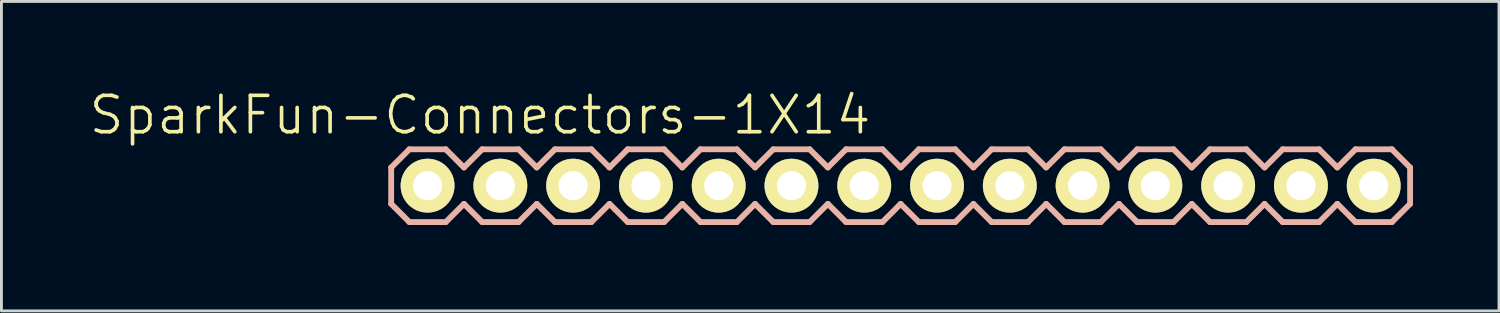
<source format=kicad_pcb>
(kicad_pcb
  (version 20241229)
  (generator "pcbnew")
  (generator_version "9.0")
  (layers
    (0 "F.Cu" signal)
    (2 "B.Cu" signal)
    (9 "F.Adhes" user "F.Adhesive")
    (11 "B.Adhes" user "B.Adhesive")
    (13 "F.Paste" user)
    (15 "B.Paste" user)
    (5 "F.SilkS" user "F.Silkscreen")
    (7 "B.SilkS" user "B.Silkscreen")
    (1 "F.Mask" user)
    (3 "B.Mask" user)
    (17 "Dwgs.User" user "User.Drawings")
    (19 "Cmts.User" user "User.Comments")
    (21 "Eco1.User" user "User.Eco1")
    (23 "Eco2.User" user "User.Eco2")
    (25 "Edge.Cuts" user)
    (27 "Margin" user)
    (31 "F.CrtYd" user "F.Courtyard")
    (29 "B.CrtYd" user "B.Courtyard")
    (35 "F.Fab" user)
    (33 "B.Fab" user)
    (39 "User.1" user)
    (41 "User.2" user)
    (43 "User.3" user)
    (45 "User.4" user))
  (footprint "SparkFun-Connectors-1X14"
    (layer "F.Cu")
    (at 11.872 3.43)
    (property "Reference" "SparkFun-Connectors-1X14" (at 1.829 -2.464 0) (layer "F.SilkS") (effects (font (size 1.27 1.27) (thickness 0.127))))
    (attr exclude_from_pos_files exclude_from_bom)
    (fp_line (start -0.254 -0.254) (end 0.254 -0.254) (stroke (width 0.066) (type solid)) (layer "F.SilkS"))
    (fp_line (start -0.254 0.254) (end -0.254 -0.254) (stroke (width 0.066) (type solid)) (layer "F.SilkS"))
    (fp_line (start -0.254 0.254) (end 0.254 0.254) (stroke (width 0.066) (type solid)) (layer "F.SilkS"))
    (fp_line (start 0.254 0.254) (end 0.254 -0.254) (stroke (width 0.066) (type solid)) (layer "F.SilkS"))
    (fp_line (start 2.286 -0.254) (end 2.794 -0.254) (stroke (width 0.066) (type solid)) (layer "F.SilkS"))
    (fp_line (start 2.286 0.254) (end 2.286 -0.254) (stroke (width 0.066) (type solid)) (layer "F.SilkS"))
    (fp_line (start 2.286 0.254) (end 2.794 0.254) (stroke (width 0.066) (type solid)) (layer "F.SilkS"))
    (fp_line (start 2.794 0.254) (end 2.794 -0.254) (stroke (width 0.066) (type solid)) (layer "F.SilkS"))
    (fp_line (start 4.826 -0.254) (end 5.334 -0.254) (stroke (width 0.066) (type solid)) (layer "F.SilkS"))
    (fp_line (start 4.826 0.254) (end 4.826 -0.254) (stroke (width 0.066) (type solid)) (layer "F.SilkS"))
    (fp_line (start 4.826 0.254) (end 5.334 0.254) (stroke (width 0.066) (type solid)) (layer "F.SilkS"))
    (fp_line (start 5.334 0.254) (end 5.334 -0.254) (stroke (width 0.066) (type solid)) (layer "F.SilkS"))
    (fp_line (start 7.366 -0.254) (end 7.874 -0.254) (stroke (width 0.066) (type solid)) (layer "F.SilkS"))
    (fp_line (start 7.366 0.254) (end 7.366 -0.254) (stroke (width 0.066) (type solid)) (layer "F.SilkS"))
    (fp_line (start 7.366 0.254) (end 7.874 0.254) (stroke (width 0.066) (type solid)) (layer "F.SilkS"))
    (fp_line (start 7.874 0.254) (end 7.874 -0.254) (stroke (width 0.066) (type solid)) (layer "F.SilkS"))
    (fp_line (start 9.906 -0.254) (end 10.414 -0.254) (stroke (width 0.066) (type solid)) (layer "F.SilkS"))
    (fp_line (start 9.906 0.254) (end 9.906 -0.254) (stroke (width 0.066) (type solid)) (layer "F.SilkS"))
    (fp_line (start 9.906 0.254) (end 10.414 0.254) (stroke (width 0.066) (type solid)) (layer "F.SilkS"))
    (fp_line (start 10.414 0.254) (end 10.414 -0.254) (stroke (width 0.066) (type solid)) (layer "F.SilkS"))
    (fp_line (start 12.446 -0.254) (end 12.954 -0.254) (stroke (width 0.066) (type solid)) (layer "F.SilkS"))
    (fp_line (start 12.446 0.254) (end 12.446 -0.254) (stroke (width 0.066) (type solid)) (layer "F.SilkS"))
    (fp_line (start 12.446 0.254) (end 12.954 0.254) (stroke (width 0.066) (type solid)) (layer "F.SilkS"))
    (fp_line (start 12.954 0.254) (end 12.954 -0.254) (stroke (width 0.066) (type solid)) (layer "F.SilkS"))
    (fp_line (start 14.986 -0.254) (end 15.494 -0.254) (stroke (width 0.066) (type solid)) (layer "F.SilkS"))
    (fp_line (start 14.986 0.254) (end 14.986 -0.254) (stroke (width 0.066) (type solid)) (layer "F.SilkS"))
    (fp_line (start 14.986 0.254) (end 15.494 0.254) (stroke (width 0.066) (type solid)) (layer "F.SilkS"))
    (fp_line (start 15.494 0.254) (end 15.494 -0.254) (stroke (width 0.066) (type solid)) (layer "F.SilkS"))
    (fp_line (start 17.523 -0.254) (end 18.034 -0.254) (stroke (width 0.066) (type solid)) (layer "F.SilkS"))
    (fp_line (start 17.523 0.254) (end 17.523 -0.254) (stroke (width 0.066) (type solid)) (layer "F.SilkS"))
    (fp_line (start 17.523 0.254) (end 18.034 0.254) (stroke (width 0.066) (type solid)) (layer "F.SilkS"))
    (fp_line (start 18.034 0.254) (end 18.034 -0.254) (stroke (width 0.066) (type solid)) (layer "F.SilkS"))
    (fp_line (start 20.066 -0.254) (end 20.574 -0.254) (stroke (width 0.066) (type solid)) (layer "F.SilkS"))
    (fp_line (start 20.066 0.254) (end 20.066 -0.254) (stroke (width 0.066) (type solid)) (layer "F.SilkS"))
    (fp_line (start 20.066 0.254) (end 20.574 0.254) (stroke (width 0.066) (type solid)) (layer "F.SilkS"))
    (fp_line (start 20.574 0.254) (end 20.574 -0.254) (stroke (width 0.066) (type solid)) (layer "F.SilkS"))
    (fp_line (start 22.606 -0.254) (end 23.114 -0.254) (stroke (width 0.066) (type solid)) (layer "F.SilkS"))
    (fp_line (start 22.606 0.254) (end 22.606 -0.254) (stroke (width 0.066) (type solid)) (layer "F.SilkS"))
    (fp_line (start 22.606 0.254) (end 23.114 0.254) (stroke (width 0.066) (type solid)) (layer "F.SilkS"))
    (fp_line (start 23.114 0.254) (end 23.114 -0.254) (stroke (width 0.066) (type solid)) (layer "F.SilkS"))
    (fp_line (start 25.146 -0.254) (end 25.654 -0.254) (stroke (width 0.066) (type solid)) (layer "F.SilkS"))
    (fp_line (start 25.146 0.254) (end 25.146 -0.254) (stroke (width 0.066) (type solid)) (layer "F.SilkS"))
    (fp_line (start 25.146 0.254) (end 25.654 0.254) (stroke (width 0.066) (type solid)) (layer "F.SilkS"))
    (fp_line (start 25.654 0.254) (end 25.654 -0.254) (stroke (width 0.066) (type solid)) (layer "F.SilkS"))
    (fp_line (start 27.686 -0.254) (end 28.194 -0.254) (stroke (width 0.066) (type solid)) (layer "F.SilkS"))
    (fp_line (start 27.686 0.254) (end 27.686 -0.254) (stroke (width 0.066) (type solid)) (layer "F.SilkS"))
    (fp_line (start 27.686 0.254) (end 28.194 0.254) (stroke (width 0.066) (type solid)) (layer "F.SilkS"))
    (fp_line (start 28.194 0.254) (end 28.194 -0.254) (stroke (width 0.066) (type solid)) (layer "F.SilkS"))
    (fp_line (start 30.226 -0.254) (end 30.734 -0.254) (stroke (width 0.066) (type solid)) (layer "F.SilkS"))
    (fp_line (start 30.226 0.254) (end 30.226 -0.254) (stroke (width 0.066) (type solid)) (layer "F.SilkS"))
    (fp_line (start 30.226 0.254) (end 30.734 0.254) (stroke (width 0.066) (type solid)) (layer "F.SilkS"))
    (fp_line (start 30.734 0.254) (end 30.734 -0.254) (stroke (width 0.066) (type solid)) (layer "F.SilkS"))
    (fp_line (start 32.766 -0.254) (end 33.274 -0.254) (stroke (width 0.066) (type solid)) (layer "F.SilkS"))
    (fp_line (start 32.766 0.254) (end 32.766 -0.254) (stroke (width 0.066) (type solid)) (layer "F.SilkS"))
    (fp_line (start 32.766 0.254) (end 33.274 0.254) (stroke (width 0.066) (type solid)) (layer "F.SilkS"))
    (fp_line (start 33.274 0.254) (end 33.274 -0.254) (stroke (width 0.066) (type solid)) (layer "F.SilkS"))
    (fp_line (start -1.27 -0.635) (end -1.27 0.635) (stroke (width 0.203) (type solid)) (layer "B.SilkS"))
    (fp_line (start -1.27 0.635) (end -0.635 1.27) (stroke (width 0.203) (type solid)) (layer "B.SilkS"))
    (fp_line (start -0.635 -1.27) (end -1.27 -0.635) (stroke (width 0.203) (type solid)) (layer "B.SilkS"))
    (fp_line (start -0.635 -1.27) (end 0.635 -1.27) (stroke (width 0.203) (type solid)) (layer "B.SilkS"))
    (fp_line (start 0.635 -1.27) (end 1.27 -0.635) (stroke (width 0.203) (type solid)) (layer "B.SilkS"))
    (fp_line (start 0.635 1.27) (end -0.635 1.27) (stroke (width 0.203) (type solid)) (layer "B.SilkS"))
    (fp_line (start 1.27 -0.635) (end 1.905 -1.27) (stroke (width 0.203) (type solid)) (layer "B.SilkS"))
    (fp_line (start 1.27 0.635) (end 0.635 1.27) (stroke (width 0.203) (type solid)) (layer "B.SilkS"))
    (fp_line (start 1.905 -1.27) (end 3.175 -1.27) (stroke (width 0.203) (type solid)) (layer "B.SilkS"))
    (fp_line (start 1.905 1.27) (end 1.27 0.635) (stroke (width 0.203) (type solid)) (layer "B.SilkS"))
    (fp_line (start 3.175 -1.27) (end 3.81 -0.635) (stroke (width 0.203) (type solid)) (layer "B.SilkS"))
    (fp_line (start 3.175 1.27) (end 1.905 1.27) (stroke (width 0.203) (type solid)) (layer "B.SilkS"))
    (fp_line (start 3.81 -0.635) (end 4.445 -1.27) (stroke (width 0.203) (type solid)) (layer "B.SilkS"))
    (fp_line (start 3.81 0.635) (end 3.175 1.27) (stroke (width 0.203) (type solid)) (layer "B.SilkS"))
    (fp_line (start 4.445 -1.27) (end 5.715 -1.27) (stroke (width 0.203) (type solid)) (layer "B.SilkS"))
    (fp_line (start 4.445 1.27) (end 3.81 0.635) (stroke (width 0.203) (type solid)) (layer "B.SilkS"))
    (fp_line (start 5.715 -1.27) (end 6.35 -0.635) (stroke (width 0.203) (type solid)) (layer "B.SilkS"))
    (fp_line (start 5.715 1.27) (end 4.445 1.27) (stroke (width 0.203) (type solid)) (layer "B.SilkS"))
    (fp_line (start 6.35 0.635) (end 5.715 1.27) (stroke (width 0.203) (type solid)) (layer "B.SilkS"))
    (fp_line (start 6.35 0.635) (end 6.985 1.27) (stroke (width 0.203) (type solid)) (layer "B.SilkS"))
    (fp_line (start 6.985 -1.27) (end 6.35 -0.635) (stroke (width 0.203) (type solid)) (layer "B.SilkS"))
    (fp_line (start 6.985 -1.27) (end 8.255 -1.27) (stroke (width 0.203) (type solid)) (layer "B.SilkS"))
    (fp_line (start 8.255 -1.27) (end 8.89 -0.635) (stroke (width 0.203) (type solid)) (layer "B.SilkS"))
    (fp_line (start 8.255 1.27) (end 6.985 1.27) (stroke (width 0.203) (type solid)) (layer "B.SilkS"))
    (fp_line (start 8.89 -0.635) (end 9.525 -1.27) (stroke (width 0.203) (type solid)) (layer "B.SilkS"))
    (fp_line (start 8.89 0.635) (end 8.255 1.27) (stroke (width 0.203) (type solid)) (layer "B.SilkS"))
    (fp_line (start 9.525 -1.27) (end 10.795 -1.27) (stroke (width 0.203) (type solid)) (layer "B.SilkS"))
    (fp_line (start 9.525 1.27) (end 8.89 0.635) (stroke (width 0.203) (type solid)) (layer "B.SilkS"))
    (fp_line (start 10.795 -1.27) (end 11.43 -0.635) (stroke (width 0.203) (type solid)) (layer "B.SilkS"))
    (fp_line (start 10.795 1.27) (end 9.525 1.27) (stroke (width 0.203) (type solid)) (layer "B.SilkS"))
    (fp_line (start 11.43 -0.635) (end 12.065 -1.27) (stroke (width 0.203) (type solid)) (layer "B.SilkS"))
    (fp_line (start 11.43 0.635) (end 10.795 1.27) (stroke (width 0.203) (type solid)) (layer "B.SilkS"))
    (fp_line (start 12.065 -1.27) (end 13.335 -1.27) (stroke (width 0.203) (type solid)) (layer "B.SilkS"))
    (fp_line (start 12.065 1.27) (end 11.43 0.635) (stroke (width 0.203) (type solid)) (layer "B.SilkS"))
    (fp_line (start 13.335 -1.27) (end 13.97 -0.635) (stroke (width 0.203) (type solid)) (layer "B.SilkS"))
    (fp_line (start 13.335 1.27) (end 12.065 1.27) (stroke (width 0.203) (type solid)) (layer "B.SilkS"))
    (fp_line (start 13.97 0.635) (end 13.335 1.27) (stroke (width 0.203) (type solid)) (layer "B.SilkS"))
    (fp_line (start 13.97 0.635) (end 14.605 1.27) (stroke (width 0.203) (type solid)) (layer "B.SilkS"))
    (fp_line (start 14.605 -1.27) (end 13.97 -0.635) (stroke (width 0.203) (type solid)) (layer "B.SilkS"))
    (fp_line (start 14.605 -1.27) (end 15.875 -1.27) (stroke (width 0.203) (type solid)) (layer "B.SilkS"))
    (fp_line (start 15.875 -1.27) (end 16.51 -0.635) (stroke (width 0.203) (type solid)) (layer "B.SilkS"))
    (fp_line (start 15.875 1.27) (end 14.605 1.27) (stroke (width 0.203) (type solid)) (layer "B.SilkS"))
    (fp_line (start 16.51 0.635) (end 15.875 1.27) (stroke (width 0.203) (type solid)) (layer "B.SilkS"))
    (fp_line (start 16.51 0.635) (end 17.145 1.27) (stroke (width 0.203) (type solid)) (layer "B.SilkS"))
    (fp_line (start 17.145 -1.27) (end 16.51 -0.635) (stroke (width 0.203) (type solid)) (layer "B.SilkS"))
    (fp_line (start 17.145 -1.27) (end 18.415 -1.27) (stroke (width 0.203) (type solid)) (layer "B.SilkS"))
    (fp_line (start 18.415 -1.27) (end 19.05 -0.635) (stroke (width 0.203) (type solid)) (layer "B.SilkS"))
    (fp_line (start 18.415 1.27) (end 17.145 1.27) (stroke (width 0.203) (type solid)) (layer "B.SilkS"))
    (fp_line (start 19.05 -0.635) (end 19.685 -1.27) (stroke (width 0.203) (type solid)) (layer "B.SilkS"))
    (fp_line (start 19.05 0.635) (end 18.415 1.27) (stroke (width 0.203) (type solid)) (layer "B.SilkS"))
    (fp_line (start 19.685 -1.27) (end 20.955 -1.27) (stroke (width 0.203) (type solid)) (layer "B.SilkS"))
    (fp_line (start 19.685 1.27) (end 19.05 0.635) (stroke (width 0.203) (type solid)) (layer "B.SilkS"))
    (fp_line (start 20.955 -1.27) (end 21.59 -0.635) (stroke (width 0.203) (type solid)) (layer "B.SilkS"))
    (fp_line (start 20.955 1.27) (end 19.685 1.27) (stroke (width 0.203) (type solid)) (layer "B.SilkS"))
    (fp_line (start 21.59 -0.635) (end 22.225 -1.27) (stroke (width 0.203) (type solid)) (layer "B.SilkS"))
    (fp_line (start 21.59 0.635) (end 20.955 1.27) (stroke (width 0.203) (type solid)) (layer "B.SilkS"))
    (fp_line (start 22.225 -1.27) (end 23.495 -1.27) (stroke (width 0.203) (type solid)) (layer "B.SilkS"))
    (fp_line (start 22.225 1.27) (end 21.59 0.635) (stroke (width 0.203) (type solid)) (layer "B.SilkS"))
    (fp_line (start 23.495 -1.27) (end 24.13 -0.635) (stroke (width 0.203) (type solid)) (layer "B.SilkS"))
    (fp_line (start 23.495 1.27) (end 22.225 1.27) (stroke (width 0.203) (type solid)) (layer "B.SilkS"))
    (fp_line (start 24.13 0.635) (end 23.495 1.27) (stroke (width 0.203) (type solid)) (layer "B.SilkS"))
    (fp_line (start 24.13 0.635) (end 24.765 1.27) (stroke (width 0.203) (type solid)) (layer "B.SilkS"))
    (fp_line (start 24.765 -1.27) (end 24.13 -0.635) (stroke (width 0.203) (type solid)) (layer "B.SilkS"))
    (fp_line (start 24.765 -1.27) (end 26.035 -1.27) (stroke (width 0.203) (type solid)) (layer "B.SilkS"))
    (fp_line (start 26.035 -1.27) (end 26.67 -0.635) (stroke (width 0.203) (type solid)) (layer "B.SilkS"))
    (fp_line (start 26.035 1.27) (end 24.765 1.27) (stroke (width 0.203) (type solid)) (layer "B.SilkS"))
    (fp_line (start 26.67 -0.635) (end 27.305 -1.27) (stroke (width 0.203) (type solid)) (layer "B.SilkS"))
    (fp_line (start 26.67 0.635) (end 26.035 1.27) (stroke (width 0.203) (type solid)) (layer "B.SilkS"))
    (fp_line (start 27.305 -1.27) (end 28.575 -1.27) (stroke (width 0.203) (type solid)) (layer "B.SilkS"))
    (fp_line (start 27.305 1.27) (end 26.67 0.635) (stroke (width 0.203) (type solid)) (layer "B.SilkS"))
    (fp_line (start 28.575 -1.27) (end 29.21 -0.635) (stroke (width 0.203) (type solid)) (layer "B.SilkS"))
    (fp_line (start 28.575 1.27) (end 27.305 1.27) (stroke (width 0.203) (type solid)) (layer "B.SilkS"))
    (fp_line (start 29.21 -0.635) (end 29.845 -1.27) (stroke (width 0.203) (type solid)) (layer "B.SilkS"))
    (fp_line (start 29.21 0.635) (end 28.575 1.27) (stroke (width 0.203) (type solid)) (layer "B.SilkS"))
    (fp_line (start 29.845 -1.27) (end 31.115 -1.27) (stroke (width 0.203) (type solid)) (layer "B.SilkS"))
    (fp_line (start 29.845 1.27) (end 29.21 0.635) (stroke (width 0.203) (type solid)) (layer "B.SilkS"))
    (fp_line (start 31.115 -1.27) (end 31.75 -0.635) (stroke (width 0.203) (type solid)) (layer "B.SilkS"))
    (fp_line (start 31.115 1.27) (end 29.845 1.27) (stroke (width 0.203) (type solid)) (layer "B.SilkS"))
    (fp_line (start 31.75 0.635) (end 31.115 1.27) (stroke (width 0.203) (type solid)) (layer "B.SilkS"))
    (fp_line (start 31.75 0.635) (end 32.385 1.27) (stroke (width 0.203) (type solid)) (layer "B.SilkS"))
    (fp_line (start 32.385 -1.27) (end 31.75 -0.635) (stroke (width 0.203) (type solid)) (layer "B.SilkS"))
    (fp_line (start 32.385 -1.27) (end 33.655 -1.27) (stroke (width 0.203) (type solid)) (layer "B.SilkS"))
    (fp_line (start 33.655 -1.27) (end 34.29 -0.635) (stroke (width 0.203) (type solid)) (layer "B.SilkS"))
    (fp_line (start 33.655 1.27) (end 32.385 1.27) (stroke (width 0.203) (type solid)) (layer "B.SilkS"))
    (fp_line (start 34.29 -0.635) (end 34.29 0.635) (stroke (width 0.203) (type solid)) (layer "B.SilkS"))
    (fp_line (start 34.29 0.635) (end 33.655 1.27) (stroke (width 0.203) (type solid)) (layer "B.SilkS"))
    (pad "1" thru_hole circle (at 0 0) (size 1.88 1.88) (drill 1.016) (layers "*.Cu" "F.Mask" "F.SilkS" "F.Paste"))
    (pad "2" thru_hole circle (at 2.54 0) (size 1.88 1.88) (drill 1.016) (layers "*.Cu" "F.Mask" "F.SilkS" "F.Paste"))
    (pad "3" thru_hole circle (at 5.08 0) (size 1.88 1.88) (drill 1.016) (layers "*.Cu" "F.Mask" "F.SilkS" "F.Paste"))
    (pad "4" thru_hole circle (at 7.62 0) (size 1.88 1.88) (drill 1.016) (layers "*.Cu" "F.Mask" "F.SilkS" "F.Paste"))
    (pad "5" thru_hole circle (at 10.16 0) (size 1.88 1.88) (drill 1.016) (layers "*.Cu" "F.Mask" "F.SilkS" "F.Paste"))
    (pad "6" thru_hole circle (at 12.7 0) (size 1.88 1.88) (drill 1.016) (layers "*.Cu" "F.Mask" "F.SilkS" "F.Paste"))
    (pad "7" thru_hole circle (at 15.24 0) (size 1.88 1.88) (drill 1.016) (layers "*.Cu" "F.Mask" "F.SilkS" "F.Paste"))
    (pad "8" thru_hole circle (at 17.78 0) (size 1.88 1.88) (drill 1.016) (layers "*.Cu" "F.Mask" "F.SilkS" "F.Paste"))
    (pad "9" thru_hole circle (at 20.32 0) (size 1.88 1.88) (drill 1.016) (layers "*.Cu" "F.Mask" "F.SilkS" "F.Paste"))
    (pad "10" thru_hole circle (at 22.86 0) (size 1.88 1.88) (drill 1.016) (layers "*.Cu" "F.Mask" "F.SilkS" "F.Paste"))
    (pad "11" thru_hole circle (at 25.4 0) (size 1.88 1.88) (drill 1.016) (layers "*.Cu" "F.Mask" "F.SilkS" "F.Paste"))
    (pad "12" thru_hole circle (at 27.94 0) (size 1.88 1.88) (drill 1.016) (layers "*.Cu" "F.Mask" "F.SilkS" "F.Paste"))
    (pad "13" thru_hole circle (at 30.48 0) (size 1.88 1.88) (drill 1.016) (layers "*.Cu" "F.Mask" "F.SilkS" "F.Paste"))
    (pad "14" thru_hole circle (at 33.02 0) (size 1.88 1.88) (drill 1.016) (layers "*.Cu" "F.Mask" "F.SilkS" "F.Paste")))
  (gr_rect
    (start -3 -3)
    (end 49.264 7.801)
    (stroke (width 0.1) (type default))
    (fill no)
    (layer "Edge.Cuts")))
</source>
